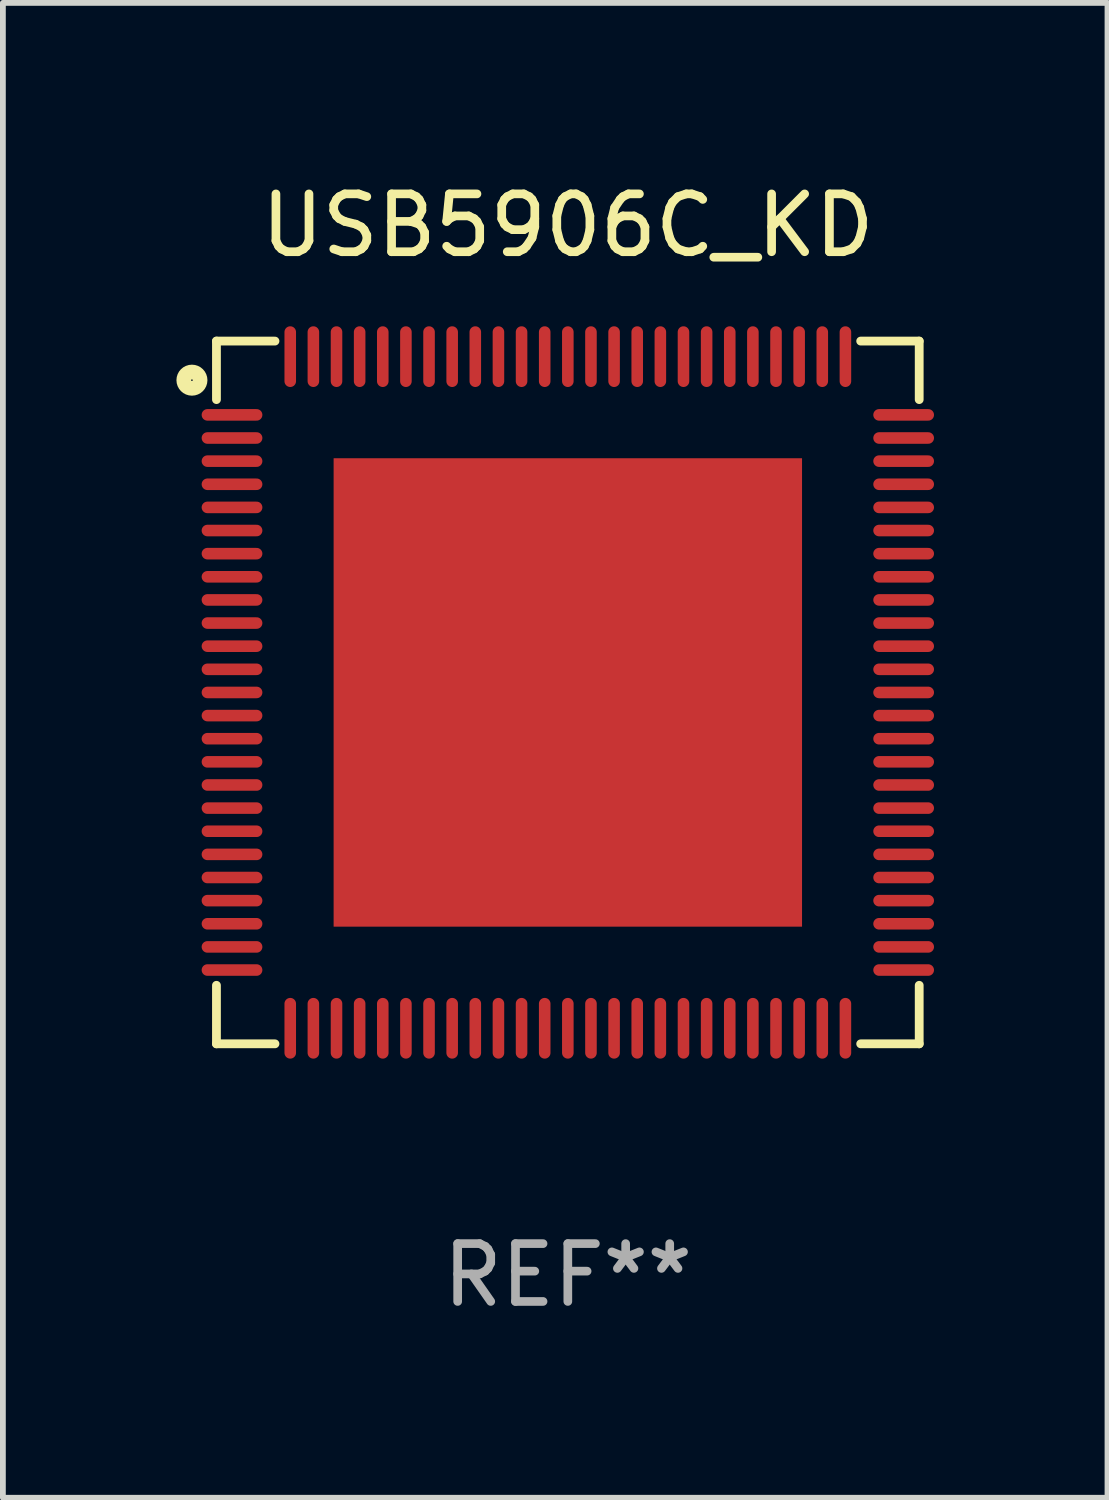
<source format=kicad_pcb>
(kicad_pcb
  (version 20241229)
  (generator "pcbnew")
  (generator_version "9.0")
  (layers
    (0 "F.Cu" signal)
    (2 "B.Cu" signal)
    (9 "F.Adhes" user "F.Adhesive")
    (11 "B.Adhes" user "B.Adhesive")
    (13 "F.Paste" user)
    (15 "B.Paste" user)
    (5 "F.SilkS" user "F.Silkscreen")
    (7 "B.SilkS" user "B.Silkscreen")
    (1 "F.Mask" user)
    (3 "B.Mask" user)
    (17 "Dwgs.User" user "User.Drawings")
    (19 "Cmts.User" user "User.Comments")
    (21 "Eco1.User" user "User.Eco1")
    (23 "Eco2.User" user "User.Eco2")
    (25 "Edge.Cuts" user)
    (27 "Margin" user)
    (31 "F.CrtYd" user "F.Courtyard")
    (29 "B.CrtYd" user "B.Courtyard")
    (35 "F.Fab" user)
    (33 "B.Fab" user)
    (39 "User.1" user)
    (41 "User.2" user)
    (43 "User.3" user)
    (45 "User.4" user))
  (footprint "USB5906C_KD"
    (layer "F.Cu")
    (at 6.769 8.924)
    (property "Reference" "USB5906C_KD" (at 0 -8.076 0) (layer "F.SilkS") (effects (font (size 1 1) (thickness 0.15))))
    (attr through_hole)
    (fp_line (start -6.076 -6.076) (end -5.064 -6.076) (stroke (width 0.152) (type solid)) (layer "F.SilkS"))
    (fp_line (start -6.076 -5.064) (end -6.076 -6.076) (stroke (width 0.152) (type solid)) (layer "F.SilkS"))
    (fp_line (start -6.076 5.064) (end -6.076 6.076) (stroke (width 0.152) (type solid)) (layer "F.SilkS"))
    (fp_line (start -6.076 6.076) (end -5.064 6.076) (stroke (width 0.152) (type solid)) (layer "F.SilkS"))
    (fp_line (start 6.076 -6.076) (end 5.064 -6.076) (stroke (width 0.152) (type solid)) (layer "F.SilkS"))
    (fp_line (start 6.076 -5.064) (end 6.076 -6.076) (stroke (width 0.152) (type solid)) (layer "F.SilkS"))
    (fp_line (start 6.076 5.064) (end 6.076 6.076) (stroke (width 0.152) (type solid)) (layer "F.SilkS"))
    (fp_line (start 6.076 6.076) (end 5.064 6.076) (stroke (width 0.152) (type solid)) (layer "F.SilkS"))
    (fp_circle (center -6.5 -5.4) (end -6.359 -5.4) (stroke (width 0.254) (type solid)) (fill no) (layer "F.SilkS"))
    (fp_text user "REF**" (at 0 10.076 0) (layer "F.Fab") (effects (font (size 1 1) (thickness 0.15))))
    (pad "1" smd oval (at -5.807 -4.8) (size 1.05 0.2) (layers "F.Cu" "F.Mask" "F.Paste"))
    (pad "2" smd oval (at -5.807 -4.4) (size 1.05 0.2) (layers "F.Cu" "F.Mask" "F.Paste"))
    (pad "3" smd oval (at -5.807 -4) (size 1.05 0.2) (layers "F.Cu" "F.Mask" "F.Paste"))
    (pad "4" smd oval (at -5.807 -3.6) (size 1.05 0.2) (layers "F.Cu" "F.Mask" "F.Paste"))
    (pad "5" smd oval (at -5.807 -3.2) (size 1.05 0.2) (layers "F.Cu" "F.Mask" "F.Paste"))
    (pad "6" smd oval (at -5.807 -2.8) (size 1.05 0.2) (layers "F.Cu" "F.Mask" "F.Paste"))
    (pad "7" smd oval (at -5.807 -2.4) (size 1.05 0.2) (layers "F.Cu" "F.Mask" "F.Paste"))
    (pad "8" smd oval (at -5.807 -2) (size 1.05 0.2) (layers "F.Cu" "F.Mask" "F.Paste"))
    (pad "9" smd oval (at -5.807 -1.6) (size 1.05 0.2) (layers "F.Cu" "F.Mask" "F.Paste"))
    (pad "10" smd oval (at -5.807 -1.2) (size 1.05 0.2) (layers "F.Cu" "F.Mask" "F.Paste"))
    (pad "11" smd oval (at -5.807 -0.8) (size 1.05 0.2) (layers "F.Cu" "F.Mask" "F.Paste"))
    (pad "12" smd oval (at -5.807 -0.4) (size 1.05 0.2) (layers "F.Cu" "F.Mask" "F.Paste"))
    (pad "13" smd oval (at -5.807 0.000025) (size 1.05 0.2) (layers "F.Cu" "F.Mask" "F.Paste"))
    (pad "14" smd oval (at -5.807 0.4) (size 1.05 0.2) (layers "F.Cu" "F.Mask" "F.Paste"))
    (pad "15" smd oval (at -5.807 0.8) (size 1.05 0.2) (layers "F.Cu" "F.Mask" "F.Paste"))
    (pad "16" smd oval (at -5.807 1.2) (size 1.05 0.2) (layers "F.Cu" "F.Mask" "F.Paste"))
    (pad "17" smd oval (at -5.807 1.6) (size 1.05 0.2) (layers "F.Cu" "F.Mask" "F.Paste"))
    (pad "18" smd oval (at -5.807 2) (size 1.05 0.2) (layers "F.Cu" "F.Mask" "F.Paste"))
    (pad "19" smd oval (at -5.807 2.4) (size 1.05 0.2) (layers "F.Cu" "F.Mask" "F.Paste"))
    (pad "20" smd oval (at -5.807 2.8) (size 1.05 0.2) (layers "F.Cu" "F.Mask" "F.Paste"))
    (pad "21" smd oval (at -5.807 3.2) (size 1.05 0.2) (layers "F.Cu" "F.Mask" "F.Paste"))
    (pad "22" smd oval (at -5.807 3.6) (size 1.05 0.2) (layers "F.Cu" "F.Mask" "F.Paste"))
    (pad "23" smd oval (at -5.807 4) (size 1.05 0.2) (layers "F.Cu" "F.Mask" "F.Paste"))
    (pad "24" smd oval (at -5.807 4.4) (size 1.05 0.2) (layers "F.Cu" "F.Mask" "F.Paste"))
    (pad "25" smd oval (at -5.807 4.8) (size 1.05 0.2) (layers "F.Cu" "F.Mask" "F.Paste"))
    (pad "26" smd oval (at -4.8 5.807) (size 0.2 1.05) (layers "F.Cu" "F.Mask" "F.Paste"))
    (pad "27" smd oval (at -4.4 5.807) (size 0.2 1.05) (layers "F.Cu" "F.Mask" "F.Paste"))
    (pad "28" smd oval (at -4 5.807) (size 0.2 1.05) (layers "F.Cu" "F.Mask" "F.Paste"))
    (pad "29" smd oval (at -3.6 5.807) (size 0.2 1.05) (layers "F.Cu" "F.Mask" "F.Paste"))
    (pad "30" smd oval (at -3.2 5.807) (size 0.2 1.05) (layers "F.Cu" "F.Mask" "F.Paste"))
    (pad "31" smd oval (at -2.8 5.807) (size 0.2 1.05) (layers "F.Cu" "F.Mask" "F.Paste"))
    (pad "32" smd oval (at -2.4 5.807) (size 0.2 1.05) (layers "F.Cu" "F.Mask" "F.Paste"))
    (pad "33" smd oval (at -2 5.807) (size 0.2 1.05) (layers "F.Cu" "F.Mask" "F.Paste"))
    (pad "34" smd oval (at -1.6 5.807) (size 0.2 1.05) (layers "F.Cu" "F.Mask" "F.Paste"))
    (pad "35" smd oval (at -1.2 5.807) (size 0.2 1.05) (layers "F.Cu" "F.Mask" "F.Paste"))
    (pad "36" smd oval (at -0.8 5.807) (size 0.2 1.05) (layers "F.Cu" "F.Mask" "F.Paste"))
    (pad "37" smd oval (at -0.4 5.807) (size 0.2 1.05) (layers "F.Cu" "F.Mask" "F.Paste"))
    (pad "38" smd oval (at -0.000025 5.807) (size 0.2 1.05) (layers "F.Cu" "F.Mask" "F.Paste"))
    (pad "39" smd oval (at 0.4 5.807) (size 0.2 1.05) (layers "F.Cu" "F.Mask" "F.Paste"))
    (pad "40" smd oval (at 0.8 5.807) (size 0.2 1.05) (layers "F.Cu" "F.Mask" "F.Paste"))
    (pad "41" smd oval (at 1.2 5.807) (size 0.2 1.05) (layers "F.Cu" "F.Mask" "F.Paste"))
    (pad "42" smd oval (at 1.6 5.807) (size 0.2 1.05) (layers "F.Cu" "F.Mask" "F.Paste"))
    (pad "43" smd oval (at 2 5.807) (size 0.2 1.05) (layers "F.Cu" "F.Mask" "F.Paste"))
    (pad "44" smd oval (at 2.4 5.807) (size 0.2 1.05) (layers "F.Cu" "F.Mask" "F.Paste"))
    (pad "45" smd oval (at 2.8 5.807) (size 0.2 1.05) (layers "F.Cu" "F.Mask" "F.Paste"))
    (pad "46" smd oval (at 3.2 5.807) (size 0.2 1.05) (layers "F.Cu" "F.Mask" "F.Paste"))
    (pad "47" smd oval (at 3.6 5.807) (size 0.2 1.05) (layers "F.Cu" "F.Mask" "F.Paste"))
    (pad "48" smd oval (at 4 5.807) (size 0.2 1.05) (layers "F.Cu" "F.Mask" "F.Paste"))
    (pad "49" smd oval (at 4.4 5.807) (size 0.2 1.05) (layers "F.Cu" "F.Mask" "F.Paste"))
    (pad "50" smd oval (at 4.8 5.807) (size 0.2 1.05) (layers "F.Cu" "F.Mask" "F.Paste"))
    (pad "51" smd oval (at 5.807 4.8) (size 1.05 0.2) (layers "F.Cu" "F.Mask" "F.Paste"))
    (pad "52" smd oval (at 5.807 4.4) (size 1.05 0.2) (layers "F.Cu" "F.Mask" "F.Paste"))
    (pad "53" smd oval (at 5.807 4) (size 1.05 0.2) (layers "F.Cu" "F.Mask" "F.Paste"))
    (pad "54" smd oval (at 5.807 3.6) (size 1.05 0.2) (layers "F.Cu" "F.Mask" "F.Paste"))
    (pad "55" smd oval (at 5.807 3.2) (size 1.05 0.2) (layers "F.Cu" "F.Mask" "F.Paste"))
    (pad "56" smd oval (at 5.807 2.8) (size 1.05 0.2) (layers "F.Cu" "F.Mask" "F.Paste"))
    (pad "57" smd oval (at 5.807 2.4) (size 1.05 0.2) (layers "F.Cu" "F.Mask" "F.Paste"))
    (pad "58" smd oval (at 5.807 2) (size 1.05 0.2) (layers "F.Cu" "F.Mask" "F.Paste"))
    (pad "59" smd oval (at 5.807 1.6) (size 1.05 0.2) (layers "F.Cu" "F.Mask" "F.Paste"))
    (pad "60" smd oval (at 5.807 1.2) (size 1.05 0.2) (layers "F.Cu" "F.Mask" "F.Paste"))
    (pad "61" smd oval (at 5.807 0.8) (size 1.05 0.2) (layers "F.Cu" "F.Mask" "F.Paste"))
    (pad "62" smd oval (at 5.807 0.4) (size 1.05 0.2) (layers "F.Cu" "F.Mask" "F.Paste"))
    (pad "63" smd oval (at 5.807 0.000025) (size 1.05 0.2) (layers "F.Cu" "F.Mask" "F.Paste"))
    (pad "64" smd oval (at 5.807 -0.4) (size 1.05 0.2) (layers "F.Cu" "F.Mask" "F.Paste"))
    (pad "65" smd oval (at 5.807 -0.8) (size 1.05 0.2) (layers "F.Cu" "F.Mask" "F.Paste"))
    (pad "66" smd oval (at 5.807 -1.2) (size 1.05 0.2) (layers "F.Cu" "F.Mask" "F.Paste"))
    (pad "67" smd oval (at 5.807 -1.6) (size 1.05 0.2) (layers "F.Cu" "F.Mask" "F.Paste"))
    (pad "68" smd oval (at 5.807 -2) (size 1.05 0.2) (layers "F.Cu" "F.Mask" "F.Paste"))
    (pad "69" smd oval (at 5.807 -2.4) (size 1.05 0.2) (layers "F.Cu" "F.Mask" "F.Paste"))
    (pad "70" smd oval (at 5.807 -2.8) (size 1.05 0.2) (layers "F.Cu" "F.Mask" "F.Paste"))
    (pad "71" smd oval (at 5.807 -3.2) (size 1.05 0.2) (layers "F.Cu" "F.Mask" "F.Paste"))
    (pad "72" smd oval (at 5.807 -3.6) (size 1.05 0.2) (layers "F.Cu" "F.Mask" "F.Paste"))
    (pad "73" smd oval (at 5.807 -4) (size 1.05 0.2) (layers "F.Cu" "F.Mask" "F.Paste"))
    (pad "74" smd oval (at 5.807 -4.4) (size 1.05 0.2) (layers "F.Cu" "F.Mask" "F.Paste"))
    (pad "75" smd oval (at 5.807 -4.8) (size 1.05 0.2) (layers "F.Cu" "F.Mask" "F.Paste"))
    (pad "76" smd oval (at 4.8 -5.807) (size 0.2 1.05) (layers "F.Cu" "F.Mask" "F.Paste"))
    (pad "77" smd oval (at 4.4 -5.807) (size 0.2 1.05) (layers "F.Cu" "F.Mask" "F.Paste"))
    (pad "78" smd oval (at 4 -5.807) (size 0.2 1.05) (layers "F.Cu" "F.Mask" "F.Paste"))
    (pad "79" smd oval (at 3.6 -5.807) (size 0.2 1.05) (layers "F.Cu" "F.Mask" "F.Paste"))
    (pad "80" smd oval (at 3.2 -5.807) (size 0.2 1.05) (layers "F.Cu" "F.Mask" "F.Paste"))
    (pad "81" smd oval (at 2.8 -5.807) (size 0.2 1.05) (layers "F.Cu" "F.Mask" "F.Paste"))
    (pad "82" smd oval (at 2.4 -5.807) (size 0.2 1.05) (layers "F.Cu" "F.Mask" "F.Paste"))
    (pad "83" smd oval (at 2 -5.807) (size 0.2 1.05) (layers "F.Cu" "F.Mask" "F.Paste"))
    (pad "84" smd oval (at 1.6 -5.807) (size 0.2 1.05) (layers "F.Cu" "F.Mask" "F.Paste"))
    (pad "85" smd oval (at 1.2 -5.807) (size 0.2 1.05) (layers "F.Cu" "F.Mask" "F.Paste"))
    (pad "86" smd oval (at 0.8 -5.807) (size 0.2 1.05) (layers "F.Cu" "F.Mask" "F.Paste"))
    (pad "87" smd oval (at 0.4 -5.807) (size 0.2 1.05) (layers "F.Cu" "F.Mask" "F.Paste"))
    (pad "88" smd oval (at -0.000025 -5.807) (size 0.2 1.05) (layers "F.Cu" "F.Mask" "F.Paste"))
    (pad "89" smd oval (at -0.4 -5.807) (size 0.2 1.05) (layers "F.Cu" "F.Mask" "F.Paste"))
    (pad "90" smd oval (at -0.8 -5.807) (size 0.2 1.05) (layers "F.Cu" "F.Mask" "F.Paste"))
    (pad "91" smd oval (at -1.2 -5.807) (size 0.2 1.05) (layers "F.Cu" "F.Mask" "F.Paste"))
    (pad "92" smd oval (at -1.6 -5.807) (size 0.2 1.05) (layers "F.Cu" "F.Mask" "F.Paste"))
    (pad "93" smd oval (at -2 -5.807) (size 0.2 1.05) (layers "F.Cu" "F.Mask" "F.Paste"))
    (pad "94" smd oval (at -2.4 -5.807) (size 0.2 1.05) (layers "F.Cu" "F.Mask" "F.Paste"))
    (pad "95" smd oval (at -2.8 -5.807) (size 0.2 1.05) (layers "F.Cu" "F.Mask" "F.Paste"))
    (pad "96" smd oval (at -3.2 -5.807) (size 0.2 1.05) (layers "F.Cu" "F.Mask" "F.Paste"))
    (pad "97" smd oval (at -3.6 -5.807) (size 0.2 1.05) (layers "F.Cu" "F.Mask" "F.Paste"))
    (pad "98" smd oval (at -4 -5.807) (size 0.2 1.05) (layers "F.Cu" "F.Mask" "F.Paste"))
    (pad "99" smd oval (at -4.4 -5.807) (size 0.2 1.05) (layers "F.Cu" "F.Mask" "F.Paste"))
    (pad "100" smd oval (at -4.8 -5.807) (size 0.2 1.05) (layers "F.Cu" "F.Mask" "F.Paste"))
    (pad "101" smd rect (at -0.000025 0.000025) (size 8.1 8.1) (layers "F.Cu" "F.Mask" "F.Paste")))
  (gr_rect
    (start -3 -3)
    (end 16.101 22.849)
    (stroke (width 0.1) (type default))
    (fill no)
    (layer "Edge.Cuts")))
</source>
